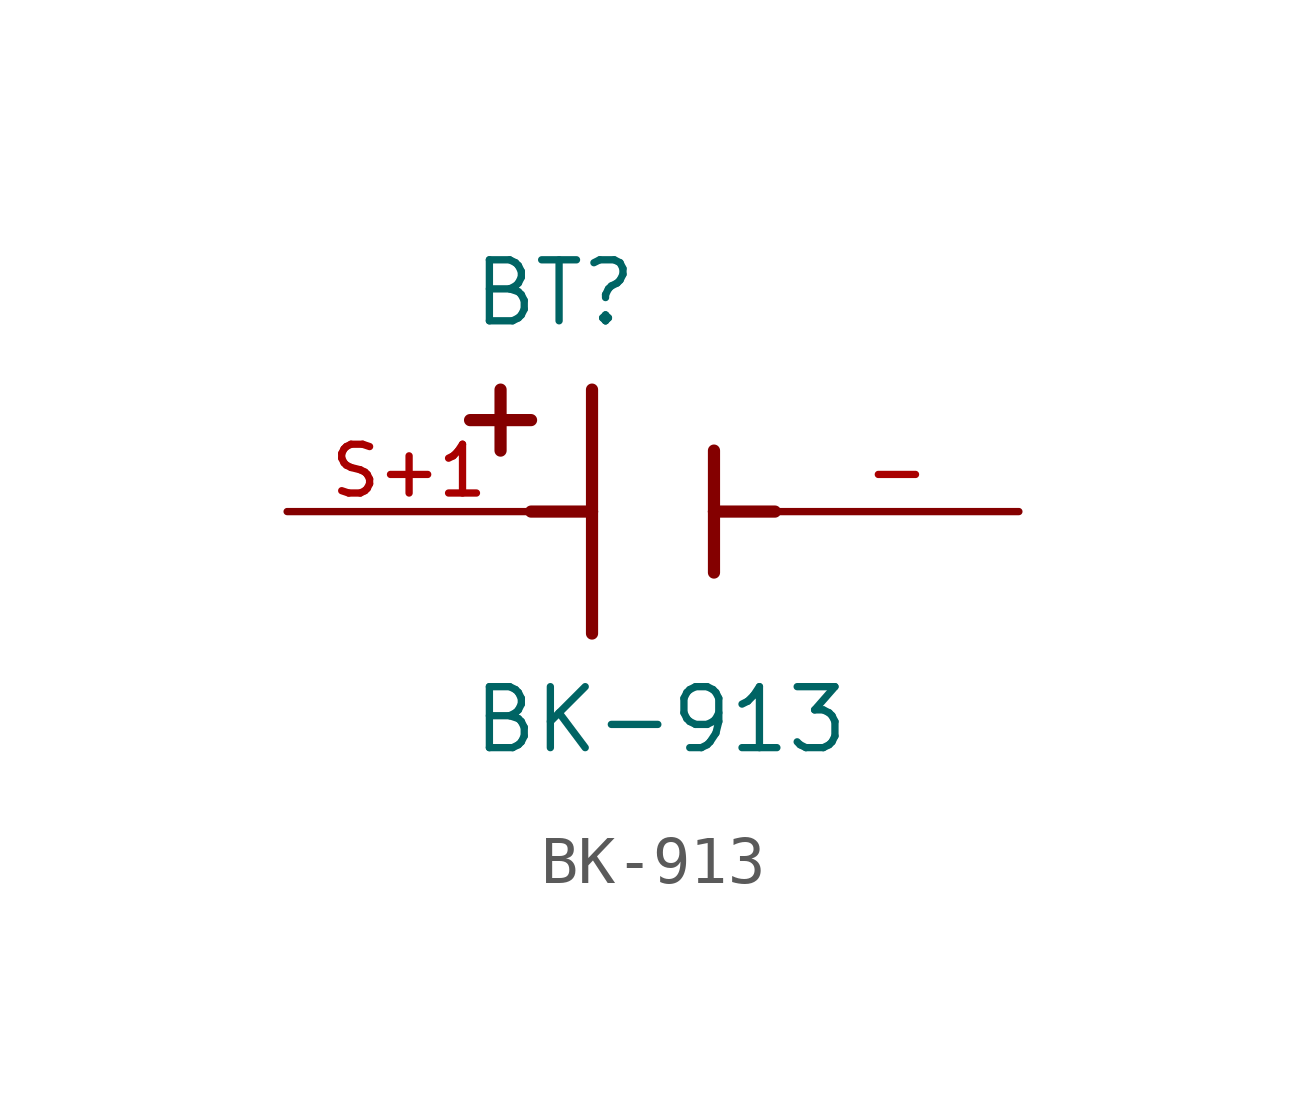
<source format=kicad_sym>
(kicad_symbol_lib
  (version 20220914)
  (generator kicad_symbol_editor)
  (symbol "BK-913"
    (pin_names
      (offset 1.016))
    (property "Reference" "BT"
      (at -3.81 3.81 0)
      (effects (font (size 1.27 1.27)) (justify left bottom)))
    (property "Value" "BK-913"
      (at -3.81 -5.08 0)
      (effects (font (size 1.27 1.27)) (justify left bottom)))
    (symbol "BK-913_0_0"
      (polyline (pts (xy -3.81 1.905) (xy -2.54 1.905)) (stroke (width 0.254) (type default)) (fill (type none)))
      (polyline (pts (xy -3.175 2.54) (xy -3.175 1.27)) (stroke (width 0.254) (type default)) (fill (type none)))
      (polyline (pts (xy -1.27 0) (xy -2.54 0)) (stroke (width 0.254) (type default)) (fill (type none)))
      (polyline (pts (xy -1.27 0) (xy -1.27 -2.54)) (stroke (width 0.254) (type default)) (fill (type none)))
      (polyline (pts (xy -1.27 2.54) (xy -1.27 0)) (stroke (width 0.254) (type default)) (fill (type none)))
      (polyline (pts (xy 1.27 0) (xy 1.27 -1.27)) (stroke (width 0.254) (type default)) (fill (type none)))
      (polyline (pts (xy 1.27 0) (xy 2.54 0)) (stroke (width 0.254) (type default)) (fill (type none)))
      (polyline (pts (xy 1.27 1.27) (xy 1.27 0)) (stroke (width 0.254) (type default)) (fill (type none)))
      (pin passive line (at 7.62 0 180) (length 5.08) (name "~" (effects (font (size 1.016 1.016)))) (number "-" (effects (font (size 1.016 1.016)))))
      (pin passive line (at -7.62 0 0) (length 5.08) (name "~" (effects (font (size 1.016 1.016)))) (number "S+1" (effects (font (size 1.016 1.016))))))))
</source>
